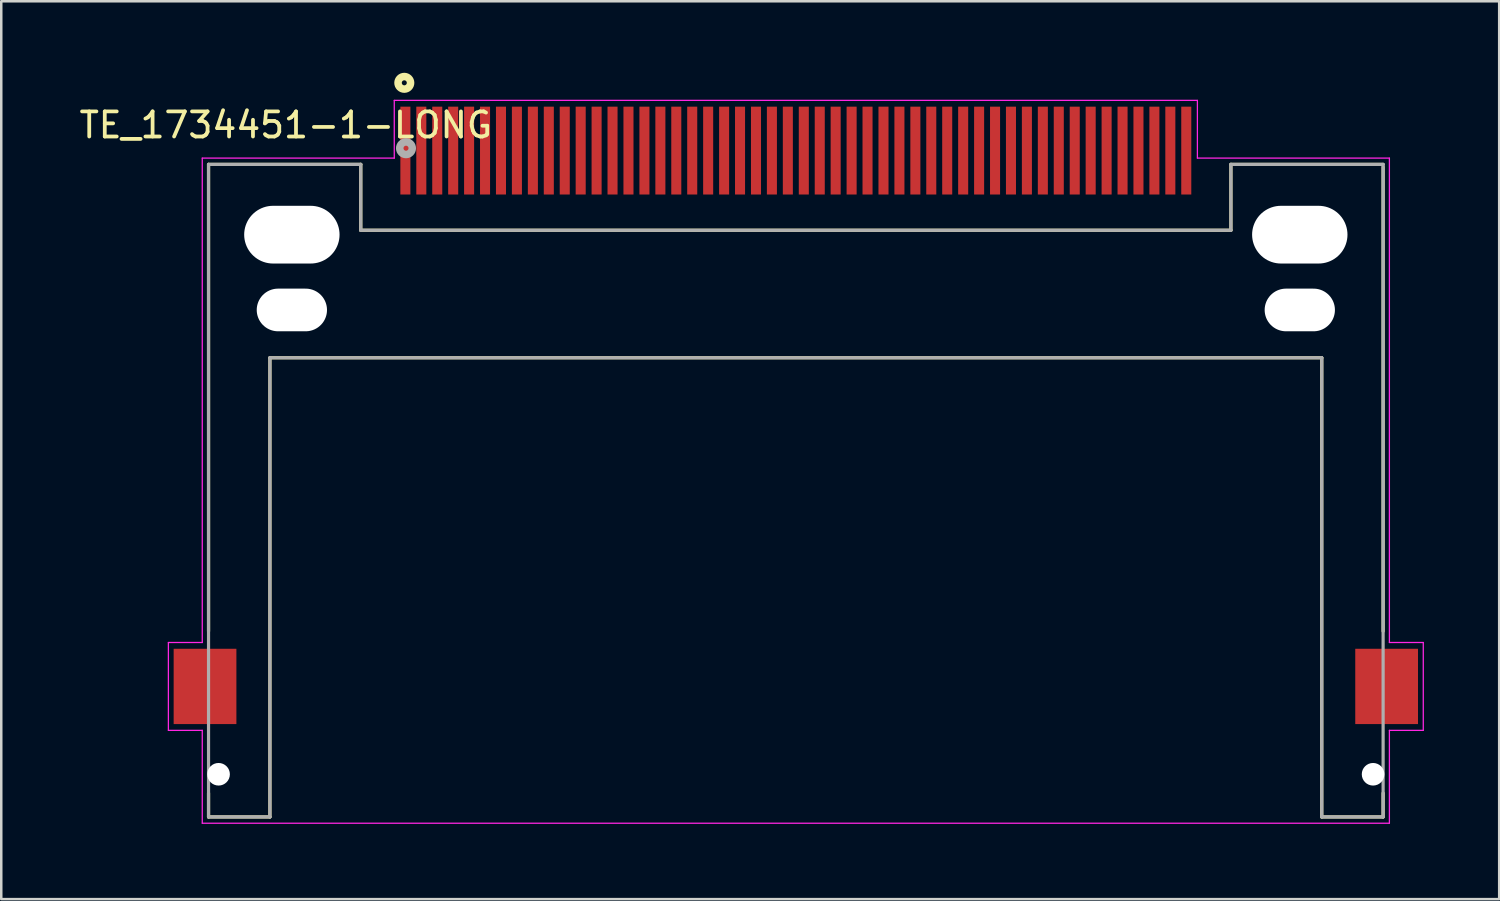
<source format=kicad_pcb>
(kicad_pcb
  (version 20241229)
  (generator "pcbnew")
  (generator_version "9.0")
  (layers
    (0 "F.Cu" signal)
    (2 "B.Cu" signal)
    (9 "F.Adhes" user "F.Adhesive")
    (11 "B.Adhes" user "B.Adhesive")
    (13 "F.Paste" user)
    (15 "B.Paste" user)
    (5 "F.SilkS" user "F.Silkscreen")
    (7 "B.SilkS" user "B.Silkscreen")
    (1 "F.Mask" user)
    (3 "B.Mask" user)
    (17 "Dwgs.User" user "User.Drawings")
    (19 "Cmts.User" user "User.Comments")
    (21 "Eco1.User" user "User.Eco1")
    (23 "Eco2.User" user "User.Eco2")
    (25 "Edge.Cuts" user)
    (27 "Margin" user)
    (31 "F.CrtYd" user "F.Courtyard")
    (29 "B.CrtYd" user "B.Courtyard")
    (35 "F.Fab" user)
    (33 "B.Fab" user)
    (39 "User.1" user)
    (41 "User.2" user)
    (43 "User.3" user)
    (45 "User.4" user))
  (footprint "TE_1734451-1-LONG"
    (layer "F.Cu")
    (at 28.659 2.95)
    (property "Reference" "TE_1734451-1-LONG" (at -20.32 -1.016 0) (layer "F.SilkS") (effects (font (size 1 1) (thickness 0.15))))
    (fp_line (start -23.4 0.55) (end -23.4 19.15) (stroke (width 0.127) (type solid)) (layer "F.SilkS"))
    (fp_line (start -23.4 0.55) (end -17.335 0.55) (stroke (width 0.127) (type solid)) (layer "F.SilkS"))
    (fp_line (start -23.4 25.6) (end -23.4 26.55) (stroke (width 0.127) (type solid)) (layer "F.SilkS"))
    (fp_line (start -20.955 8.255) (end -20.955 26.55) (stroke (width 0.127) (type solid)) (layer "F.SilkS"))
    (fp_line (start -20.955 26.55) (end -23.4 26.55) (stroke (width 0.127) (type solid)) (layer "F.SilkS"))
    (fp_line (start -17.335 0.55) (end -17.335 3.175) (stroke (width 0.127) (type solid)) (layer "F.SilkS"))
    (fp_line (start -17.335 3.175) (end 17.335 3.175) (stroke (width 0.127) (type solid)) (layer "F.SilkS"))
    (fp_line (start 17.335 0.55) (end 23.4 0.55) (stroke (width 0.127) (type solid)) (layer "F.SilkS"))
    (fp_line (start 17.335 3.175) (end 17.335 0.55) (stroke (width 0.127) (type solid)) (layer "F.SilkS"))
    (fp_line (start 20.955 8.255) (end -20.955 8.255) (stroke (width 0.127) (type solid)) (layer "F.SilkS"))
    (fp_line (start 20.955 26.55) (end 20.955 8.255) (stroke (width 0.127) (type solid)) (layer "F.SilkS"))
    (fp_line (start 23.4 0.65) (end 23.4 19.15) (stroke (width 0.127) (type solid)) (layer "F.SilkS"))
    (fp_line (start 23.4 25.6) (end 23.4 26.55) (stroke (width 0.127) (type solid)) (layer "F.SilkS"))
    (fp_line (start 23.4 26.55) (end 20.955 26.55) (stroke (width 0.127) (type solid)) (layer "F.SilkS"))
    (fp_circle (center -15.6 -2.7) (end -15.5 -2.7) (stroke (width 0.3) (type solid)) (fill no) (layer "F.SilkS"))
    (fp_line (start -25 19.6) (end -25 23.1) (stroke (width 0.05) (type solid)) (layer "F.CrtYd"))
    (fp_line (start -25 23.1) (end -23.65 23.1) (stroke (width 0.05) (type solid)) (layer "F.CrtYd"))
    (fp_line (start -23.65 0.3) (end -16 0.3) (stroke (width 0.05) (type solid)) (layer "F.CrtYd"))
    (fp_line (start -23.65 19.6) (end -25 19.6) (stroke (width 0.05) (type solid)) (layer "F.CrtYd"))
    (fp_line (start -23.65 19.6) (end -23.65 0.3) (stroke (width 0.05) (type solid)) (layer "F.CrtYd"))
    (fp_line (start -23.65 26.8) (end -23.65 23.1) (stroke (width 0.05) (type solid)) (layer "F.CrtYd"))
    (fp_line (start -16 -2) (end 16 -2) (stroke (width 0.05) (type solid)) (layer "F.CrtYd"))
    (fp_line (start -16 0.3) (end -16 -2) (stroke (width 0.05) (type solid)) (layer "F.CrtYd"))
    (fp_line (start 16 -2) (end 16 0.3) (stroke (width 0.05) (type solid)) (layer "F.CrtYd"))
    (fp_line (start 16 0.3) (end 23.65 0.3) (stroke (width 0.05) (type solid)) (layer "F.CrtYd"))
    (fp_line (start 23.65 0.3) (end 23.65 19.6) (stroke (width 0.05) (type solid)) (layer "F.CrtYd"))
    (fp_line (start 23.65 19.6) (end 25 19.6) (stroke (width 0.05) (type solid)) (layer "F.CrtYd"))
    (fp_line (start 23.65 23.1) (end 23.65 26.8) (stroke (width 0.05) (type solid)) (layer "F.CrtYd"))
    (fp_line (start 23.65 26.8) (end -23.65 26.8) (stroke (width 0.05) (type solid)) (layer "F.CrtYd"))
    (fp_line (start 25 19.6) (end 25 23.1) (stroke (width 0.05) (type solid)) (layer "F.CrtYd"))
    (fp_line (start 25 23.1) (end 23.65 23.1) (stroke (width 0.05) (type solid)) (layer "F.CrtYd"))
    (fp_line (start -23.4 0.55) (end -17.335 0.55) (stroke (width 0.127) (type solid)) (layer "F.Fab"))
    (fp_line (start -23.4 26.55) (end -23.4 0.55) (stroke (width 0.127) (type solid)) (layer "F.Fab"))
    (fp_line (start -20.955 8.255) (end -20.955 26.55) (stroke (width 0.127) (type solid)) (layer "F.Fab"))
    (fp_line (start -20.955 26.55) (end -23.4 26.55) (stroke (width 0.127) (type solid)) (layer "F.Fab"))
    (fp_line (start -17.335 0.55) (end -17.335 3.175) (stroke (width 0.127) (type solid)) (layer "F.Fab"))
    (fp_line (start -17.335 3.175) (end 17.335 3.175) (stroke (width 0.127) (type solid)) (layer "F.Fab"))
    (fp_line (start 17.335 0.55) (end 23.4 0.55) (stroke (width 0.127) (type solid)) (layer "F.Fab"))
    (fp_line (start 17.335 3.175) (end 17.335 0.55) (stroke (width 0.127) (type solid)) (layer "F.Fab"))
    (fp_line (start 20.955 8.255) (end -20.955 8.255) (stroke (width 0.127) (type solid)) (layer "F.Fab"))
    (fp_line (start 20.955 26.55) (end 20.955 8.255) (stroke (width 0.127) (type solid)) (layer "F.Fab"))
    (fp_line (start 23.4 0.55) (end 23.4 26.55) (stroke (width 0.127) (type solid)) (layer "F.Fab"))
    (fp_line (start 23.4 26.55) (end 20.955 26.55) (stroke (width 0.127) (type solid)) (layer "F.Fab"))
    (fp_circle (center -15.532 -0.094) (end -15.432 -0.094) (stroke (width 0.3) (type solid)) (fill no) (layer "F.Fab"))
    (pad "" np_thru_hole circle (at -23 24.85) (size 0.9 0.9) (drill 0.9) (layers "*.Cu" "*.Mask"))
    (pad "" np_thru_hole oval (at -20.08 3.35) (size 3.8 2.3) (drill oval 3.8 2.3) (layers "*.Cu" "*.Mask"))
    (pad "" np_thru_hole oval (at -20.08 6.35) (size 2.8 1.7) (drill oval 2.8 1.7) (layers "*.Cu" "*.Mask"))
    (pad "" np_thru_hole oval (at 20.08 3.35) (size 3.8 2.3) (drill oval 3.8 2.3) (layers "*.Cu" "*.Mask"))
    (pad "" np_thru_hole oval (at 20.08 6.35) (size 2.8 1.7) (drill oval 2.8 1.7) (layers "*.Cu" "*.Mask"))
    (pad "" np_thru_hole circle (at 23 24.85) (size 0.9 0.9) (drill 0.9) (layers "*.Cu" "*.Mask"))
    (pad "1" smd rect (at -15.557 0) (size 0.4 3.5) (layers "F.Cu" "F.Mask" "F.Paste"))
    (pad "2" smd rect (at -14.287 0) (size 0.4 3.5) (layers "F.Cu" "F.Mask" "F.Paste"))
    (pad "3" smd rect (at -13.018 0) (size 0.4 3.5) (layers "F.Cu" "F.Mask" "F.Paste"))
    (pad "4" smd rect (at -11.748 0) (size 0.4 3.5) (layers "F.Cu" "F.Mask" "F.Paste"))
    (pad "5" smd rect (at -10.477 0) (size 0.4 3.5) (layers "F.Cu" "F.Mask" "F.Paste"))
    (pad "6" smd rect (at -9.207 0) (size 0.4 3.5) (layers "F.Cu" "F.Mask" "F.Paste"))
    (pad "7" smd rect (at -7.938 0) (size 0.4 3.5) (layers "F.Cu" "F.Mask" "F.Paste"))
    (pad "8" smd rect (at -6.668 0) (size 0.4 3.5) (layers "F.Cu" "F.Mask" "F.Paste"))
    (pad "9" smd rect (at -5.397 0) (size 0.4 3.5) (layers "F.Cu" "F.Mask" "F.Paste"))
    (pad "10" smd rect (at -4.128 0) (size 0.4 3.5) (layers "F.Cu" "F.Mask" "F.Paste"))
    (pad "11" smd rect (at -2.857 0) (size 0.4 3.5) (layers "F.Cu" "F.Mask" "F.Paste"))
    (pad "12" smd rect (at -1.587 0) (size 0.4 3.5) (layers "F.Cu" "F.Mask" "F.Paste"))
    (pad "13" smd rect (at -0.318 0) (size 0.4 3.5) (layers "F.Cu" "F.Mask" "F.Paste"))
    (pad "14" smd rect (at 0.953 0) (size 0.4 3.5) (layers "F.Cu" "F.Mask" "F.Paste"))
    (pad "15" smd rect (at 2.223 0) (size 0.4 3.5) (layers "F.Cu" "F.Mask" "F.Paste"))
    (pad "16" smd rect (at 3.493 0) (size 0.4 3.5) (layers "F.Cu" "F.Mask" "F.Paste"))
    (pad "17" smd rect (at 4.763 0) (size 0.4 3.5) (layers "F.Cu" "F.Mask" "F.Paste"))
    (pad "18" smd rect (at 6.032 0) (size 0.4 3.5) (layers "F.Cu" "F.Mask" "F.Paste"))
    (pad "19" smd rect (at 7.303 0) (size 0.4 3.5) (layers "F.Cu" "F.Mask" "F.Paste"))
    (pad "20" smd rect (at 8.572 0) (size 0.4 3.5) (layers "F.Cu" "F.Mask" "F.Paste"))
    (pad "21" smd rect (at 9.842 0) (size 0.4 3.5) (layers "F.Cu" "F.Mask" "F.Paste"))
    (pad "22" smd rect (at 11.113 0) (size 0.4 3.5) (layers "F.Cu" "F.Mask" "F.Paste"))
    (pad "23" smd rect (at 12.383 0) (size 0.4 3.5) (layers "F.Cu" "F.Mask" "F.Paste"))
    (pad "24" smd rect (at 13.652 0) (size 0.4 3.5) (layers "F.Cu" "F.Mask" "F.Paste"))
    (pad "25" smd rect (at 14.922 0) (size 0.4 3.5) (layers "F.Cu" "F.Mask" "F.Paste"))
    (pad "26" smd rect (at -14.922 0) (size 0.4 3.5) (layers "F.Cu" "F.Mask" "F.Paste"))
    (pad "27" smd rect (at -13.652 0) (size 0.4 3.5) (layers "F.Cu" "F.Mask" "F.Paste"))
    (pad "28" smd rect (at -12.383 0) (size 0.4 3.5) (layers "F.Cu" "F.Mask" "F.Paste"))
    (pad "29" smd rect (at -11.113 0) (size 0.4 3.5) (layers "F.Cu" "F.Mask" "F.Paste"))
    (pad "30" smd rect (at -9.842 0) (size 0.4 3.5) (layers "F.Cu" "F.Mask" "F.Paste"))
    (pad "31" smd rect (at -8.572 0) (size 0.4 3.5) (layers "F.Cu" "F.Mask" "F.Paste"))
    (pad "32" smd rect (at -7.303 0) (size 0.4 3.5) (layers "F.Cu" "F.Mask" "F.Paste"))
    (pad "33" smd rect (at -6.032 0) (size 0.4 3.5) (layers "F.Cu" "F.Mask" "F.Paste"))
    (pad "34" smd rect (at -4.763 0) (size 0.4 3.5) (layers "F.Cu" "F.Mask" "F.Paste"))
    (pad "35" smd rect (at -3.493 0) (size 0.4 3.5) (layers "F.Cu" "F.Mask" "F.Paste"))
    (pad "36" smd rect (at -2.223 0) (size 0.4 3.5) (layers "F.Cu" "F.Mask" "F.Paste"))
    (pad "37" smd rect (at -0.953 0) (size 0.4 3.5) (layers "F.Cu" "F.Mask" "F.Paste"))
    (pad "38" smd rect (at 0.318 0) (size 0.4 3.5) (layers "F.Cu" "F.Mask" "F.Paste"))
    (pad "39" smd rect (at 1.587 0) (size 0.4 3.5) (layers "F.Cu" "F.Mask" "F.Paste"))
    (pad "40" smd rect (at 2.857 0) (size 0.4 3.5) (layers "F.Cu" "F.Mask" "F.Paste"))
    (pad "41" smd rect (at 4.128 0) (size 0.4 3.5) (layers "F.Cu" "F.Mask" "F.Paste"))
    (pad "42" smd rect (at 5.397 0) (size 0.4 3.5) (layers "F.Cu" "F.Mask" "F.Paste"))
    (pad "43" smd rect (at 6.668 0) (size 0.4 3.5) (layers "F.Cu" "F.Mask" "F.Paste"))
    (pad "44" smd rect (at 7.938 0) (size 0.4 3.5) (layers "F.Cu" "F.Mask" "F.Paste"))
    (pad "45" smd rect (at 9.207 0) (size 0.4 3.5) (layers "F.Cu" "F.Mask" "F.Paste"))
    (pad "46" smd rect (at 10.477 0) (size 0.4 3.5) (layers "F.Cu" "F.Mask" "F.Paste"))
    (pad "47" smd rect (at 11.748 0) (size 0.4 3.5) (layers "F.Cu" "F.Mask" "F.Paste"))
    (pad "48" smd rect (at 13.018 0) (size 0.4 3.5) (layers "F.Cu" "F.Mask" "F.Paste"))
    (pad "49" smd rect (at 14.287 0) (size 0.4 3.5) (layers "F.Cu" "F.Mask" "F.Paste"))
    (pad "50" smd rect (at 15.557 0) (size 0.4 3.5) (layers "F.Cu" "F.Mask" "F.Paste"))
    (pad "S1" smd rect (at -23.54 21.35) (size 2.5 3) (layers "F.Cu" "F.Mask" "F.Paste"))
    (pad "S2" smd rect (at 23.54 21.35) (size 2.5 3) (layers "F.Cu" "F.Mask" "F.Paste")))
  (gr_rect
    (start -3 -3)
    (end 56.684 32.775)
    (stroke (width 0.1) (type default))
    (fill no)
    (layer "Edge.Cuts")))
</source>
